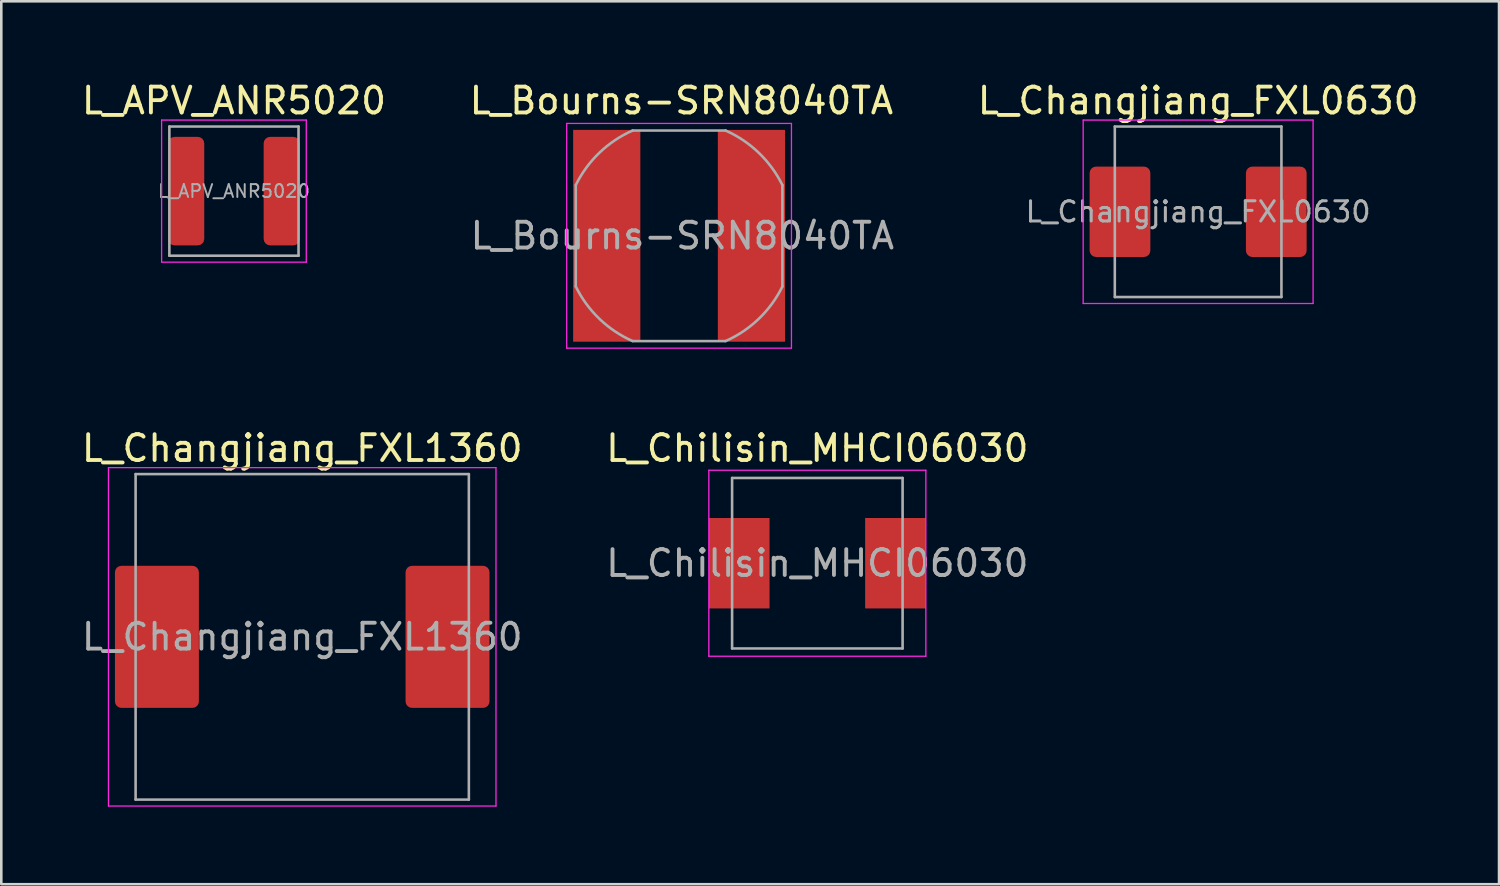
<source format=kicad_pcb>
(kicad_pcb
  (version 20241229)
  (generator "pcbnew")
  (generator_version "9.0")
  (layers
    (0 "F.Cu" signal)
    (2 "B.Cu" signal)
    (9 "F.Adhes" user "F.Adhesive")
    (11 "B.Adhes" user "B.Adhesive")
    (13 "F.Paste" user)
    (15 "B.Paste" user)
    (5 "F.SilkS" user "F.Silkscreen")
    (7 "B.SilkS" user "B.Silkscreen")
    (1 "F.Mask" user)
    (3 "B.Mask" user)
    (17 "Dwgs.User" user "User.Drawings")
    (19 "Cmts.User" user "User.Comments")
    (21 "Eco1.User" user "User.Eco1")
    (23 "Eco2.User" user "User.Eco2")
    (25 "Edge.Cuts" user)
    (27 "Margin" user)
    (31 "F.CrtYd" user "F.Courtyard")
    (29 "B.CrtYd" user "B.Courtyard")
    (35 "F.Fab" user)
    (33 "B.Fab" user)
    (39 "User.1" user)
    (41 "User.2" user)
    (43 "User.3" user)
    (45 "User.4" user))
  (footprint "L_Bourns-SRN8040TA"
    (layer "F.Cu")
    (at 23.237 6.078)
    (property "Reference" "L_Bourns-SRN8040TA" (at 0.09 -5.23 0) (layer "F.SilkS") (effects (font (size 1 1) (thickness 0.15))))
    (attr smd)
    (fp_line (start -4.35 -4.35) (end -4.35 4.35) (stroke (width 0.05) (type solid)) (layer "F.CrtYd"))
    (fp_line (start -4.35 -4.35) (end 4.35 -4.35) (stroke (width 0.05) (type solid)) (layer "F.CrtYd"))
    (fp_line (start -4.35 4.35) (end 4.35 4.35) (stroke (width 0.05) (type solid)) (layer "F.CrtYd"))
    (fp_line (start 4.35 -4.35) (end 4.35 4.35) (stroke (width 0.05) (type solid)) (layer "F.CrtYd"))
    (fp_line (start -4 -1.96) (end -4 1.96) (stroke (width 0.1) (type solid)) (layer "F.Fab"))
    (fp_line (start -1.8 -4.075) (end 1.8 -4.075) (stroke (width 0.1) (type solid)) (layer "F.Fab"))
    (fp_line (start 1.8 4.075) (end -1.8 4.075) (stroke (width 0.1) (type solid)) (layer "F.Fab"))
    (fp_line (start 4 -1.96) (end 4 1.96) (stroke (width 0.1) (type solid)) (layer "F.Fab"))
    (fp_arc (start -3.99824 -1.964613) (mid -3.085179 -3.213611) (end -1.8 -4.075) (stroke (width 0.1) (type solid)) (layer "F.Fab"))
    (fp_arc (start -1.804314 4.072598) (mid -3.088411 3.209878) (end -4 1.96) (stroke (width 0.1) (type solid)) (layer "F.Fab"))
    (fp_arc (start 1.799817 -4.074587) (mid 3.086639 -3.211582) (end 4 -1.96) (stroke (width 0.1) (type solid)) (layer "F.Fab"))
    (fp_arc (start 3.99824 1.964613) (mid 3.085179 3.213611) (end 1.8 4.075) (stroke (width 0.1) (type solid)) (layer "F.Fab"))
    (fp_text user "${REFERENCE}" (at 0.127 0 0) (layer "F.Fab") (effects (font (size 1 1) (thickness 0.15))))
    (pad "1" smd rect (at -2.8 0) (size 2.6 8.2) (layers "F.Cu" "F.Mask" "F.Paste"))
    (pad "2" smd rect (at 2.8 0) (size 2.6 8.2) (layers "F.Cu" "F.Mask" "F.Paste")))
  (footprint "L_Chilisin_MHCI06030"
    (layer "F.Cu")
    (at 28.589 18.752)
    (property "Reference" "L_Chilisin_MHCI06030" (at 0 -4.45 0) (layer "F.SilkS") (effects (font (size 1 1) (thickness 0.15))))
    (attr smd)
    (fp_line (start -4.2 -3.6) (end -4.2 3.6) (stroke (width 0.05) (type solid)) (layer "F.CrtYd"))
    (fp_line (start -4.2 3.6) (end 4.2 3.6) (stroke (width 0.05) (type solid)) (layer "F.CrtYd"))
    (fp_line (start 4.2 -3.6) (end -4.2 -3.6) (stroke (width 0.05) (type solid)) (layer "F.CrtYd"))
    (fp_line (start 4.2 3.6) (end 4.2 -3.6) (stroke (width 0.05) (type solid)) (layer "F.CrtYd"))
    (fp_line (start -3.3 -3.3) (end -3.3 3.3) (stroke (width 0.1) (type solid)) (layer "F.Fab"))
    (fp_line (start -3.3 3.3) (end 3.3 3.3) (stroke (width 0.1) (type solid)) (layer "F.Fab"))
    (fp_line (start 3.3 -3.3) (end -3.3 -3.3) (stroke (width 0.1) (type solid)) (layer "F.Fab"))
    (fp_line (start 3.3 3.3) (end 3.3 -3.3) (stroke (width 0.1) (type solid)) (layer "F.Fab"))
    (fp_text user "${REFERENCE}" (at 0 0 0) (layer "F.Fab") (effects (font (size 1 1) (thickness 0.15))))
    (pad "1" smd rect (at -3.025 0) (size 2.35 3.5) (layers "F.Cu" "F.Mask" "F.Paste"))
    (pad "2" smd rect (at 3.025 0) (size 2.35 3.5) (layers "F.Cu" "F.Mask" "F.Paste")))
  (footprint "L_Changjiang_FXL0630"
    (layer "F.Cu")
    (at 43.329 5.148)
    (property "Reference" "L_Changjiang_FXL0630" (at 0 -4.3 0) (layer "F.SilkS") (effects (font (size 1 1) (thickness 0.15))))
    (attr smd)
    (fp_line (start -4.45 -3.55) (end -4.45 3.55) (stroke (width 0.05) (type solid)) (layer "F.CrtYd"))
    (fp_line (start -4.45 3.55) (end 4.45 3.55) (stroke (width 0.05) (type solid)) (layer "F.CrtYd"))
    (fp_line (start 4.45 -3.55) (end -4.45 -3.55) (stroke (width 0.05) (type solid)) (layer "F.CrtYd"))
    (fp_line (start 4.45 3.55) (end 4.45 -3.55) (stroke (width 0.05) (type solid)) (layer "F.CrtYd"))
    (fp_line (start -3.225 -3.3) (end -3.225 3.3) (stroke (width 0.1) (type solid)) (layer "F.Fab"))
    (fp_line (start -3.225 3.3) (end 3.225 3.3) (stroke (width 0.1) (type solid)) (layer "F.Fab"))
    (fp_line (start 3.225 -3.3) (end -3.225 -3.3) (stroke (width 0.1) (type solid)) (layer "F.Fab"))
    (fp_line (start 3.225 3.3) (end 3.225 -3.3) (stroke (width 0.1) (type solid)) (layer "F.Fab"))
    (fp_text user "${REFERENCE}" (at 0 0 0) (layer "F.Fab") (effects (font (size 0.783 0.783) (thickness 0.117))))
    (pad "1" smd roundrect (at -3.025 0) (size 2.35 3.5) (layers "F.Cu" "F.Mask" "F.Paste") (roundrect_rratio 0.106))
    (pad "2" smd roundrect (at 3.025 0) (size 2.35 3.5) (layers "F.Cu" "F.Mask" "F.Paste") (roundrect_rratio 0.106)))
  (footprint "L_APV_ANR5020"
    (layer "F.Cu")
    (at 6.006 4.348)
    (property "Reference" "L_APV_ANR5020" (at 0 -3.5 0) (layer "F.SilkS") (effects (font (size 1 1) (thickness 0.15))))
    (attr smd)
    (fp_line (start -2.8 -2.75) (end -2.8 2.75) (stroke (width 0.05) (type solid)) (layer "F.CrtYd"))
    (fp_line (start -2.8 2.75) (end 2.8 2.75) (stroke (width 0.05) (type solid)) (layer "F.CrtYd"))
    (fp_line (start 2.8 -2.75) (end -2.8 -2.75) (stroke (width 0.05) (type solid)) (layer "F.CrtYd"))
    (fp_line (start 2.8 2.75) (end 2.8 -2.75) (stroke (width 0.05) (type solid)) (layer "F.CrtYd"))
    (fp_line (start -2.5 -2.5) (end -2.5 2.5) (stroke (width 0.1) (type solid)) (layer "F.Fab"))
    (fp_line (start -2.5 2.5) (end 2.5 2.5) (stroke (width 0.1) (type solid)) (layer "F.Fab"))
    (fp_line (start 2.5 -2.5) (end -2.5 -2.5) (stroke (width 0.1) (type solid)) (layer "F.Fab"))
    (fp_line (start 2.5 2.5) (end 2.5 -2.5) (stroke (width 0.1) (type solid)) (layer "F.Fab"))
    (fp_text user "${REFERENCE}" (at 0 0 0) (layer "F.Fab") (effects (font (size 0.5 0.5) (thickness 0.075))))
    (pad "1" smd roundrect (at -1.85 0) (size 1.4 4.2) (layers "F.Cu" "F.Mask" "F.Paste") (roundrect_rratio 0.179))
    (pad "2" smd roundrect (at 1.85 0) (size 1.4 4.2) (layers "F.Cu" "F.Mask" "F.Paste") (roundrect_rratio 0.179)))
  (footprint "L_Changjiang_FXL1360"
    (layer "F.Cu")
    (at 8.649 21.602)
    (property "Reference" "L_Changjiang_FXL1360" (at 0 -7.3 0) (layer "F.SilkS") (effects (font (size 1 1) (thickness 0.15))))
    (attr smd)
    (fp_line (start -7.5 -6.55) (end -7.5 6.55) (stroke (width 0.05) (type solid)) (layer "F.CrtYd"))
    (fp_line (start -7.5 6.55) (end 7.5 6.55) (stroke (width 0.05) (type solid)) (layer "F.CrtYd"))
    (fp_line (start 7.5 -6.55) (end -7.5 -6.55) (stroke (width 0.05) (type solid)) (layer "F.CrtYd"))
    (fp_line (start 7.5 6.55) (end 7.5 -6.55) (stroke (width 0.05) (type solid)) (layer "F.CrtYd"))
    (fp_line (start -6.45 -6.3) (end -6.45 6.3) (stroke (width 0.1) (type solid)) (layer "F.Fab"))
    (fp_line (start -6.45 6.3) (end 6.45 6.3) (stroke (width 0.1) (type solid)) (layer "F.Fab"))
    (fp_line (start 6.45 -6.3) (end -6.45 -6.3) (stroke (width 0.1) (type solid)) (layer "F.Fab"))
    (fp_line (start 6.45 6.3) (end 6.45 -6.3) (stroke (width 0.1) (type solid)) (layer "F.Fab"))
    (fp_text user "${REFERENCE}" (at 0 0 0) (layer "F.Fab") (effects (font (size 1 1) (thickness 0.15))))
    (pad "1" smd roundrect (at -5.625 0) (size 3.25 5.5) (layers "F.Cu" "F.Mask" "F.Paste") (roundrect_rratio 0.077))
    (pad "2" smd roundrect (at 5.625 0) (size 3.25 5.5) (layers "F.Cu" "F.Mask" "F.Paste") (roundrect_rratio 0.077)))
  (gr_rect
    (start -3 -3)
    (end 54.977 31.177)
    (stroke (width 0.1) (type default))
    (fill no)
    (layer "Edge.Cuts")))
</source>
